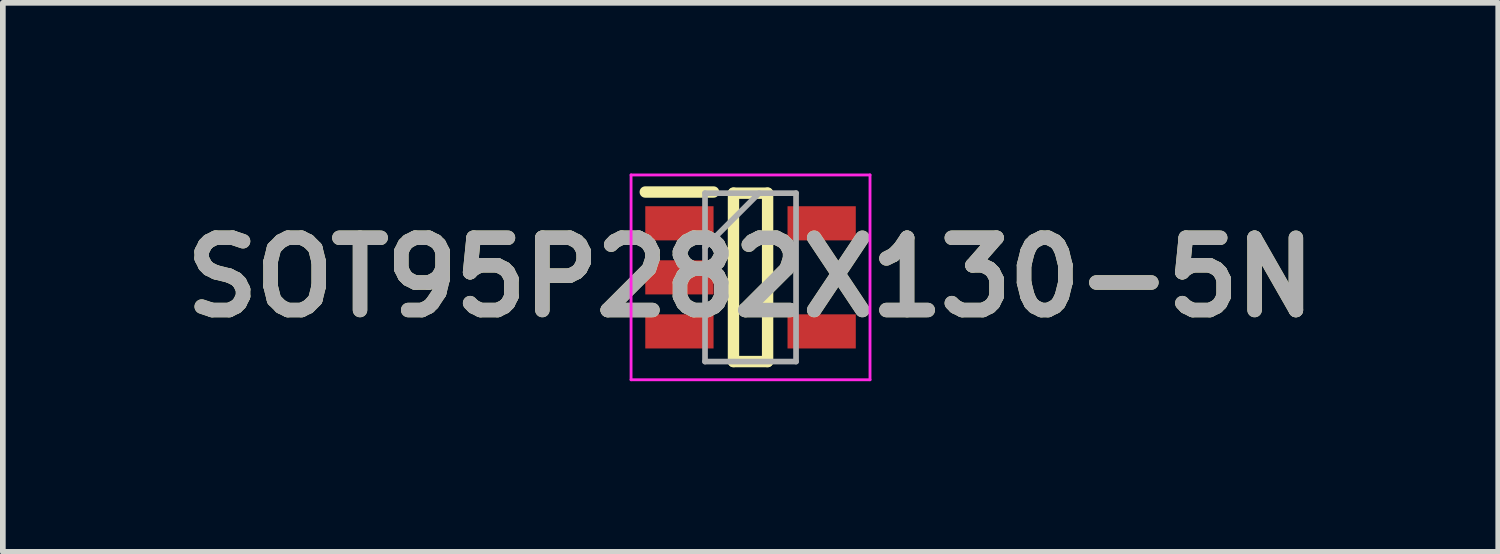
<source format=kicad_pcb>
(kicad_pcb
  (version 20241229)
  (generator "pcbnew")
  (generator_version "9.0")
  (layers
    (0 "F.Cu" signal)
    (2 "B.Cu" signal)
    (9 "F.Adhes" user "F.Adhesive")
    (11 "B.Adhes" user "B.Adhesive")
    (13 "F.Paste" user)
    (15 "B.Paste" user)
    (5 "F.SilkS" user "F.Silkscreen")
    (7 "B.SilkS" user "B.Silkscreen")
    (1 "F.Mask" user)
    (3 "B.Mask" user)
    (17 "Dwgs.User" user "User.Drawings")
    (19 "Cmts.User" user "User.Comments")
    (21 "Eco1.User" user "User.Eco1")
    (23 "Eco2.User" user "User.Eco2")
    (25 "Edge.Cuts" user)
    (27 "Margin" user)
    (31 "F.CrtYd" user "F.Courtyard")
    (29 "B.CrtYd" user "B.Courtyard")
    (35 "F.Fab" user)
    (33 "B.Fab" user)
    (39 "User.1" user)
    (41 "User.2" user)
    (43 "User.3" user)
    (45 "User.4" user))
  (footprint "SOT95P282X130-5N"
    (layer "F.Cu")
    (at 10.142 1.825)
    (property "Reference" "SOT95P282X130-5N" (at 0 0 0) (layer "F.SilkS") (effects (font (size 1.27 1.27) (thickness 0.254))))
    (attr smd)
    (fp_line (start -1.85 -1.5) (end -0.65 -1.5) (stroke (width 0.2) (type solid)) (layer "F.SilkS"))
    (fp_line (start -0.3 -1.48) (end 0.3 -1.48) (stroke (width 0.2) (type solid)) (layer "F.SilkS"))
    (fp_line (start -0.3 1.48) (end -0.3 -1.48) (stroke (width 0.2) (type solid)) (layer "F.SilkS"))
    (fp_line (start 0.3 -1.48) (end 0.3 1.48) (stroke (width 0.2) (type solid)) (layer "F.SilkS"))
    (fp_line (start 0.3 1.48) (end -0.3 1.48) (stroke (width 0.2) (type solid)) (layer "F.SilkS"))
    (fp_line (start -2.1 -1.8) (end 2.1 -1.8) (stroke (width 0.05) (type solid)) (layer "F.CrtYd"))
    (fp_line (start -2.1 1.8) (end -2.1 -1.8) (stroke (width 0.05) (type solid)) (layer "F.CrtYd"))
    (fp_line (start 2.1 -1.8) (end 2.1 1.8) (stroke (width 0.05) (type solid)) (layer "F.CrtYd"))
    (fp_line (start 2.1 1.8) (end -2.1 1.8) (stroke (width 0.05) (type solid)) (layer "F.CrtYd"))
    (fp_line (start -0.8 -1.48) (end 0.8 -1.48) (stroke (width 0.1) (type solid)) (layer "F.Fab"))
    (fp_line (start -0.8 -0.53) (end 0.15 -1.48) (stroke (width 0.1) (type solid)) (layer "F.Fab"))
    (fp_line (start -0.8 1.48) (end -0.8 -1.48) (stroke (width 0.1) (type solid)) (layer "F.Fab"))
    (fp_line (start 0.8 -1.48) (end 0.8 1.48) (stroke (width 0.1) (type solid)) (layer "F.Fab"))
    (fp_line (start 0.8 1.48) (end -0.8 1.48) (stroke (width 0.1) (type solid)) (layer "F.Fab"))
    (fp_text user "${REFERENCE}" (at 0 0 0) (layer "F.Fab") (effects (font (size 1.27 1.27) (thickness 0.254))))
    (pad "1" smd rect (at -1.25 -0.95 90) (size 0.6 1.2) (layers "F.Cu" "F.Mask" "F.Paste"))
    (pad "2" smd rect (at -1.25 0 90) (size 0.6 1.2) (layers "F.Cu" "F.Mask" "F.Paste"))
    (pad "3" smd rect (at -1.25 0.95 90) (size 0.6 1.2) (layers "F.Cu" "F.Mask" "F.Paste"))
    (pad "4" smd rect (at 1.25 0.95 90) (size 0.6 1.2) (layers "F.Cu" "F.Mask" "F.Paste"))
    (pad "5" smd rect (at 1.25 -0.95 90) (size 0.6 1.2) (layers "F.Cu" "F.Mask" "F.Paste")))
  (gr_rect
    (start -3 -3)
    (end 23.284 6.65)
    (stroke (width 0.1) (type default))
    (fill no)
    (layer "Edge.Cuts")))
</source>
